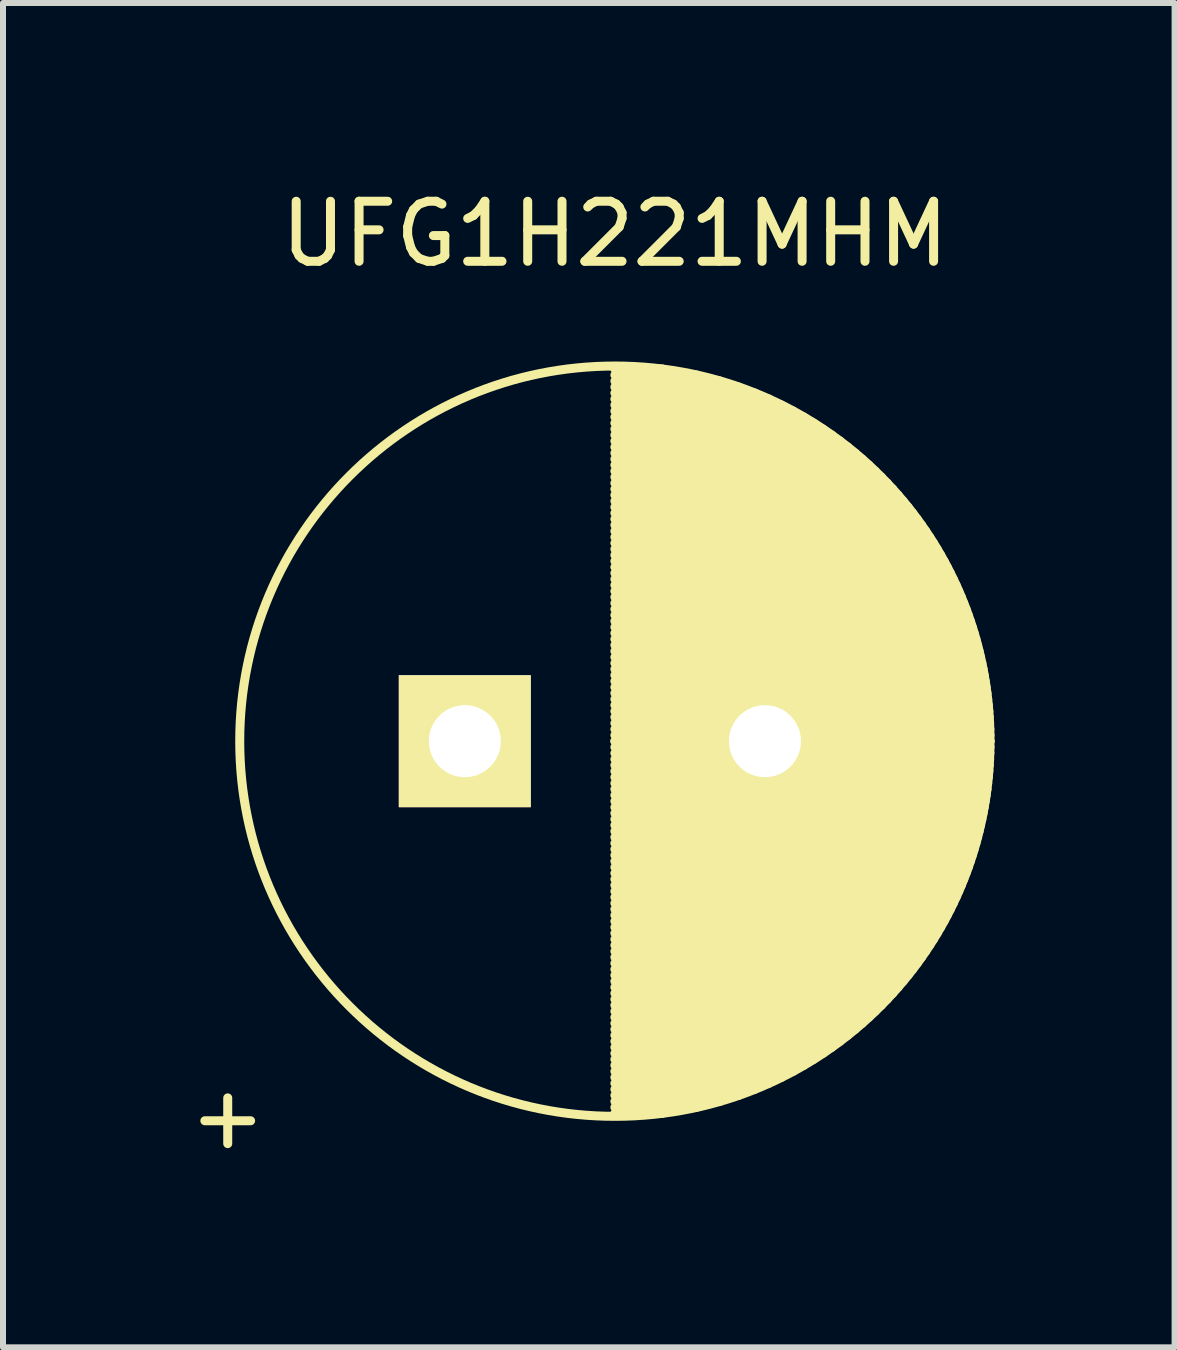
<source format=kicad_pcb>
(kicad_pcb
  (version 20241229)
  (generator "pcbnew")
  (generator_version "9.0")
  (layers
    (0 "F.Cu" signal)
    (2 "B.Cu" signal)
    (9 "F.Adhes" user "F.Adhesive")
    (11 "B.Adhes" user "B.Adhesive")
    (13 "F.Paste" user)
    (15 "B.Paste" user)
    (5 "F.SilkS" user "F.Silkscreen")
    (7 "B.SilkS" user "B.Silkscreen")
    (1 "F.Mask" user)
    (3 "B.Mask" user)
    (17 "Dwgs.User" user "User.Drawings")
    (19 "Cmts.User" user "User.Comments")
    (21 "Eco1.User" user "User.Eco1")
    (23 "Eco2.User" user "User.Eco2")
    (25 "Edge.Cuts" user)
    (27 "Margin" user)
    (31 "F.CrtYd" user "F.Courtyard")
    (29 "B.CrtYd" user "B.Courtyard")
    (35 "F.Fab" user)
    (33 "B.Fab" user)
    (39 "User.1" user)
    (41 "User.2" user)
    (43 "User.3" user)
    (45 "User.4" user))
  (footprint "UFG1H221MHM"
    (layer "F.Cu")
    (at 4.694 9.298)
    (property "Reference" "UFG1H221MHM" (at 2.5 -8.45 0) (layer "F.SilkS") (effects (font (size 1 1) (thickness 0.15))))
    (attr through_hole)
    (fp_line (start 2.5 -6.2) (end 3.289 -6.2) (stroke (width 0.15) (type solid)) (layer "F.SilkS"))
    (fp_line (start 2.5 -6.1) (end 3.861 -6.1) (stroke (width 0.15) (type solid)) (layer "F.SilkS"))
    (fp_line (start 2.5 -6) (end 4.25 -6) (stroke (width 0.15) (type solid)) (layer "F.SilkS"))
    (fp_line (start 2.5 -5.9) (end 4.562 -5.9) (stroke (width 0.15) (type solid)) (layer "F.SilkS"))
    (fp_line (start 2.5 -5.8) (end 4.829 -5.8) (stroke (width 0.15) (type solid)) (layer "F.SilkS"))
    (fp_line (start 2.5 -5.7) (end 5.064 -5.7) (stroke (width 0.15) (type solid)) (layer "F.SilkS"))
    (fp_line (start 2.5 -5.6) (end 5.275 -5.6) (stroke (width 0.15) (type solid)) (layer "F.SilkS"))
    (fp_line (start 2.5 -5.5) (end 5.469 -5.5) (stroke (width 0.15) (type solid)) (layer "F.SilkS"))
    (fp_line (start 2.5 -5.4) (end 5.647 -5.4) (stroke (width 0.15) (type solid)) (layer "F.SilkS"))
    (fp_line (start 2.5 -5.3) (end 5.812 -5.3) (stroke (width 0.15) (type solid)) (layer "F.SilkS"))
    (fp_line (start 2.5 -5.2) (end 5.967 -5.2) (stroke (width 0.15) (type solid)) (layer "F.SilkS"))
    (fp_line (start 2.5 -5.1) (end 6.113 -5.1) (stroke (width 0.15) (type solid)) (layer "F.SilkS"))
    (fp_line (start 2.5 -5) (end 6.25 -5) (stroke (width 0.15) (type solid)) (layer "F.SilkS"))
    (fp_line (start 2.5 -4.9) (end 6.38 -4.9) (stroke (width 0.15) (type solid)) (layer "F.SilkS"))
    (fp_line (start 2.5 -4.8) (end 6.503 -4.8) (stroke (width 0.15) (type solid)) (layer "F.SilkS"))
    (fp_line (start 2.5 -4.7) (end 6.62 -4.7) (stroke (width 0.15) (type solid)) (layer "F.SilkS"))
    (fp_line (start 2.5 -4.6) (end 6.731 -4.6) (stroke (width 0.15) (type solid)) (layer "F.SilkS"))
    (fp_line (start 2.5 -4.5) (end 6.837 -4.5) (stroke (width 0.15) (type solid)) (layer "F.SilkS"))
    (fp_line (start 2.5 -4.4) (end 6.939 -4.4) (stroke (width 0.15) (type solid)) (layer "F.SilkS"))
    (fp_line (start 2.5 -4.3) (end 7.036 -4.3) (stroke (width 0.15) (type solid)) (layer "F.SilkS"))
    (fp_line (start 2.5 -4.2) (end 7.128 -4.2) (stroke (width 0.15) (type solid)) (layer "F.SilkS"))
    (fp_line (start 2.5 -4.1) (end 7.217 -4.1) (stroke (width 0.15) (type solid)) (layer "F.SilkS"))
    (fp_line (start 2.5 -4) (end 7.302 -4) (stroke (width 0.15) (type solid)) (layer "F.SilkS"))
    (fp_line (start 2.5 -3.9) (end 7.384 -3.9) (stroke (width 0.15) (type solid)) (layer "F.SilkS"))
    (fp_line (start 2.5 -3.8) (end 7.462 -3.8) (stroke (width 0.15) (type solid)) (layer "F.SilkS"))
    (fp_line (start 2.5 -3.7) (end 7.537 -3.7) (stroke (width 0.15) (type solid)) (layer "F.SilkS"))
    (fp_line (start 2.5 -3.6) (end 7.609 -3.6) (stroke (width 0.15) (type solid)) (layer "F.SilkS"))
    (fp_line (start 2.5 -3.5) (end 7.678 -3.5) (stroke (width 0.15) (type solid)) (layer "F.SilkS"))
    (fp_line (start 2.5 -3.4) (end 7.744 -3.4) (stroke (width 0.15) (type solid)) (layer "F.SilkS"))
    (fp_line (start 2.5 -3.3) (end 7.808 -3.3) (stroke (width 0.15) (type solid)) (layer "F.SilkS"))
    (fp_line (start 2.5 -3.2) (end 7.869 -3.2) (stroke (width 0.15) (type solid)) (layer "F.SilkS"))
    (fp_line (start 2.5 -3.1) (end 7.927 -3.1) (stroke (width 0.15) (type solid)) (layer "F.SilkS"))
    (fp_line (start 2.5 -3) (end 7.983 -3) (stroke (width 0.15) (type solid)) (layer "F.SilkS"))
    (fp_line (start 2.5 -2.9) (end 8.036 -2.9) (stroke (width 0.15) (type solid)) (layer "F.SilkS"))
    (fp_line (start 2.5 -2.8) (end 8.088 -2.8) (stroke (width 0.15) (type solid)) (layer "F.SilkS"))
    (fp_line (start 2.5 -2.7) (end 8.137 -2.7) (stroke (width 0.15) (type solid)) (layer "F.SilkS"))
    (fp_line (start 2.5 -2.6) (end 8.184 -2.6) (stroke (width 0.15) (type solid)) (layer "F.SilkS"))
    (fp_line (start 2.5 -2.5) (end 8.228 -2.5) (stroke (width 0.15) (type solid)) (layer "F.SilkS"))
    (fp_line (start 2.5 -2.4) (end 8.271 -2.4) (stroke (width 0.15) (type solid)) (layer "F.SilkS"))
    (fp_line (start 2.5 -2.3) (end 8.311 -2.3) (stroke (width 0.15) (type solid)) (layer "F.SilkS"))
    (fp_line (start 2.5 -2.2) (end 8.35 -2.2) (stroke (width 0.15) (type solid)) (layer "F.SilkS"))
    (fp_line (start 2.5 -2.1) (end 8.387 -2.1) (stroke (width 0.15) (type solid)) (layer "F.SilkS"))
    (fp_line (start 2.5 -2) (end 8.421 -2) (stroke (width 0.15) (type solid)) (layer "F.SilkS"))
    (fp_line (start 2.5 -1.9) (end 8.454 -1.9) (stroke (width 0.15) (type solid)) (layer "F.SilkS"))
    (fp_line (start 2.5 -1.8) (end 8.485 -1.8) (stroke (width 0.15) (type solid)) (layer "F.SilkS"))
    (fp_line (start 2.5 -1.7) (end 8.514 -1.7) (stroke (width 0.15) (type solid)) (layer "F.SilkS"))
    (fp_line (start 2.5 -1.6) (end 8.542 -1.6) (stroke (width 0.15) (type solid)) (layer "F.SilkS"))
    (fp_line (start 2.5 -1.5) (end 8.567 -1.5) (stroke (width 0.15) (type solid)) (layer "F.SilkS"))
    (fp_line (start 2.5 -1.4) (end 8.591 -1.4) (stroke (width 0.15) (type solid)) (layer "F.SilkS"))
    (fp_line (start 2.5 -1.3) (end 8.613 -1.3) (stroke (width 0.15) (type solid)) (layer "F.SilkS"))
    (fp_line (start 2.5 -1.2) (end 8.634 -1.2) (stroke (width 0.15) (type solid)) (layer "F.SilkS"))
    (fp_line (start 2.5 -1.1) (end 8.652 -1.1) (stroke (width 0.15) (type solid)) (layer "F.SilkS"))
    (fp_line (start 2.5 -1) (end 8.669 -1) (stroke (width 0.15) (type solid)) (layer "F.SilkS"))
    (fp_line (start 2.5 -0.9) (end 8.685 -0.9) (stroke (width 0.15) (type solid)) (layer "F.SilkS"))
    (fp_line (start 2.5 -0.8) (end 8.699 -0.8) (stroke (width 0.15) (type solid)) (layer "F.SilkS"))
    (fp_line (start 2.5 -0.7) (end 8.711 -0.7) (stroke (width 0.15) (type solid)) (layer "F.SilkS"))
    (fp_line (start 2.5 -0.6) (end 8.721 -0.6) (stroke (width 0.15) (type solid)) (layer "F.SilkS"))
    (fp_line (start 2.5 -0.5) (end 8.73 -0.5) (stroke (width 0.15) (type solid)) (layer "F.SilkS"))
    (fp_line (start 2.5 -0.4) (end 8.737 -0.4) (stroke (width 0.15) (type solid)) (layer "F.SilkS"))
    (fp_line (start 2.5 -0.3) (end 8.743 -0.3) (stroke (width 0.15) (type solid)) (layer "F.SilkS"))
    (fp_line (start 2.5 -0.2) (end 8.747 -0.2) (stroke (width 0.15) (type solid)) (layer "F.SilkS"))
    (fp_line (start 2.5 -0.1) (end 8.749 -0.1) (stroke (width 0.15) (type solid)) (layer "F.SilkS"))
    (fp_line (start 2.5 0) (end 8.75 0) (stroke (width 0.15) (type solid)) (layer "F.SilkS"))
    (fp_line (start 2.5 0) (end 8.75 0) (stroke (width 0.15) (type solid)) (layer "F.SilkS"))
    (fp_line (start 2.5 0.1) (end 8.749 0.1) (stroke (width 0.15) (type solid)) (layer "F.SilkS"))
    (fp_line (start 2.5 0.2) (end 8.747 0.2) (stroke (width 0.15) (type solid)) (layer "F.SilkS"))
    (fp_line (start 2.5 0.3) (end 8.743 0.3) (stroke (width 0.15) (type solid)) (layer "F.SilkS"))
    (fp_line (start 2.5 0.4) (end 8.737 0.4) (stroke (width 0.15) (type solid)) (layer "F.SilkS"))
    (fp_line (start 2.5 0.5) (end 8.73 0.5) (stroke (width 0.15) (type solid)) (layer "F.SilkS"))
    (fp_line (start 2.5 0.6) (end 8.721 0.6) (stroke (width 0.15) (type solid)) (layer "F.SilkS"))
    (fp_line (start 2.5 0.7) (end 8.711 0.7) (stroke (width 0.15) (type solid)) (layer "F.SilkS"))
    (fp_line (start 2.5 0.8) (end 8.699 0.8) (stroke (width 0.15) (type solid)) (layer "F.SilkS"))
    (fp_line (start 2.5 0.9) (end 8.685 0.9) (stroke (width 0.15) (type solid)) (layer "F.SilkS"))
    (fp_line (start 2.5 1) (end 8.669 1) (stroke (width 0.15) (type solid)) (layer "F.SilkS"))
    (fp_line (start 2.5 1.1) (end 8.652 1.1) (stroke (width 0.15) (type solid)) (layer "F.SilkS"))
    (fp_line (start 2.5 1.2) (end 8.634 1.2) (stroke (width 0.15) (type solid)) (layer "F.SilkS"))
    (fp_line (start 2.5 1.3) (end 8.613 1.3) (stroke (width 0.15) (type solid)) (layer "F.SilkS"))
    (fp_line (start 2.5 1.4) (end 8.591 1.4) (stroke (width 0.15) (type solid)) (layer "F.SilkS"))
    (fp_line (start 2.5 1.5) (end 8.567 1.5) (stroke (width 0.15) (type solid)) (layer "F.SilkS"))
    (fp_line (start 2.5 1.6) (end 8.542 1.6) (stroke (width 0.15) (type solid)) (layer "F.SilkS"))
    (fp_line (start 2.5 1.7) (end 8.514 1.7) (stroke (width 0.15) (type solid)) (layer "F.SilkS"))
    (fp_line (start 2.5 1.8) (end 8.485 1.8) (stroke (width 0.15) (type solid)) (layer "F.SilkS"))
    (fp_line (start 2.5 1.9) (end 8.454 1.9) (stroke (width 0.15) (type solid)) (layer "F.SilkS"))
    (fp_line (start 2.5 2) (end 8.421 2) (stroke (width 0.15) (type solid)) (layer "F.SilkS"))
    (fp_line (start 2.5 2.1) (end 8.387 2.1) (stroke (width 0.15) (type solid)) (layer "F.SilkS"))
    (fp_line (start 2.5 2.2) (end 8.35 2.2) (stroke (width 0.15) (type solid)) (layer "F.SilkS"))
    (fp_line (start 2.5 2.3) (end 8.311 2.3) (stroke (width 0.15) (type solid)) (layer "F.SilkS"))
    (fp_line (start 2.5 2.4) (end 8.271 2.4) (stroke (width 0.15) (type solid)) (layer "F.SilkS"))
    (fp_line (start 2.5 2.5) (end 8.228 2.5) (stroke (width 0.15) (type solid)) (layer "F.SilkS"))
    (fp_line (start 2.5 2.6) (end 8.184 2.6) (stroke (width 0.15) (type solid)) (layer "F.SilkS"))
    (fp_line (start 2.5 2.7) (end 8.137 2.7) (stroke (width 0.15) (type solid)) (layer "F.SilkS"))
    (fp_line (start 2.5 2.8) (end 8.088 2.8) (stroke (width 0.15) (type solid)) (layer "F.SilkS"))
    (fp_line (start 2.5 2.9) (end 8.036 2.9) (stroke (width 0.15) (type solid)) (layer "F.SilkS"))
    (fp_line (start 2.5 3) (end 7.983 3) (stroke (width 0.15) (type solid)) (layer "F.SilkS"))
    (fp_line (start 2.5 3.1) (end 7.927 3.1) (stroke (width 0.15) (type solid)) (layer "F.SilkS"))
    (fp_line (start 2.5 3.2) (end 7.869 3.2) (stroke (width 0.15) (type solid)) (layer "F.SilkS"))
    (fp_line (start 2.5 3.3) (end 7.808 3.3) (stroke (width 0.15) (type solid)) (layer "F.SilkS"))
    (fp_line (start 2.5 3.4) (end 7.744 3.4) (stroke (width 0.15) (type solid)) (layer "F.SilkS"))
    (fp_line (start 2.5 3.5) (end 7.678 3.5) (stroke (width 0.15) (type solid)) (layer "F.SilkS"))
    (fp_line (start 2.5 3.6) (end 7.609 3.6) (stroke (width 0.15) (type solid)) (layer "F.SilkS"))
    (fp_line (start 2.5 3.7) (end 7.537 3.7) (stroke (width 0.15) (type solid)) (layer "F.SilkS"))
    (fp_line (start 2.5 3.8) (end 7.462 3.8) (stroke (width 0.15) (type solid)) (layer "F.SilkS"))
    (fp_line (start 2.5 3.9) (end 7.384 3.9) (stroke (width 0.15) (type solid)) (layer "F.SilkS"))
    (fp_line (start 2.5 4) (end 7.302 4) (stroke (width 0.15) (type solid)) (layer "F.SilkS"))
    (fp_line (start 2.5 4.1) (end 7.217 4.1) (stroke (width 0.15) (type solid)) (layer "F.SilkS"))
    (fp_line (start 2.5 4.2) (end 7.128 4.2) (stroke (width 0.15) (type solid)) (layer "F.SilkS"))
    (fp_line (start 2.5 4.3) (end 7.036 4.3) (stroke (width 0.15) (type solid)) (layer "F.SilkS"))
    (fp_line (start 2.5 4.4) (end 6.939 4.4) (stroke (width 0.15) (type solid)) (layer "F.SilkS"))
    (fp_line (start 2.5 4.5) (end 6.837 4.5) (stroke (width 0.15) (type solid)) (layer "F.SilkS"))
    (fp_line (start 2.5 4.6) (end 6.731 4.6) (stroke (width 0.15) (type solid)) (layer "F.SilkS"))
    (fp_line (start 2.5 4.7) (end 6.62 4.7) (stroke (width 0.15) (type solid)) (layer "F.SilkS"))
    (fp_line (start 2.5 4.8) (end 6.503 4.8) (stroke (width 0.15) (type solid)) (layer "F.SilkS"))
    (fp_line (start 2.5 4.9) (end 6.38 4.9) (stroke (width 0.15) (type solid)) (layer "F.SilkS"))
    (fp_line (start 2.5 5) (end 6.25 5) (stroke (width 0.15) (type solid)) (layer "F.SilkS"))
    (fp_line (start 2.5 5.1) (end 6.113 5.1) (stroke (width 0.15) (type solid)) (layer "F.SilkS"))
    (fp_line (start 2.5 5.2) (end 5.967 5.2) (stroke (width 0.15) (type solid)) (layer "F.SilkS"))
    (fp_line (start 2.5 5.3) (end 5.812 5.3) (stroke (width 0.15) (type solid)) (layer "F.SilkS"))
    (fp_line (start 2.5 5.4) (end 5.647 5.4) (stroke (width 0.15) (type solid)) (layer "F.SilkS"))
    (fp_line (start 2.5 5.5) (end 5.469 5.5) (stroke (width 0.15) (type solid)) (layer "F.SilkS"))
    (fp_line (start 2.5 5.6) (end 5.275 5.6) (stroke (width 0.15) (type solid)) (layer "F.SilkS"))
    (fp_line (start 2.5 5.7) (end 5.064 5.7) (stroke (width 0.15) (type solid)) (layer "F.SilkS"))
    (fp_line (start 2.5 5.8) (end 4.829 5.8) (stroke (width 0.15) (type solid)) (layer "F.SilkS"))
    (fp_line (start 2.5 5.9) (end 4.562 5.9) (stroke (width 0.15) (type solid)) (layer "F.SilkS"))
    (fp_line (start 2.5 6) (end 4.25 6) (stroke (width 0.15) (type solid)) (layer "F.SilkS"))
    (fp_line (start 2.5 6.1) (end 3.861 6.1) (stroke (width 0.15) (type solid)) (layer "F.SilkS"))
    (fp_line (start 2.5 6.2) (end 3.289 6.2) (stroke (width 0.15) (type solid)) (layer "F.SilkS"))
    (fp_circle (center 2.5 0) (end 2.5 -6.25) (stroke (width 0.15) (type solid)) (fill no) (layer "F.SilkS"))
    (fp_text user "+" (at -3.95 6.25 0) (layer "F.SilkS") (effects (font (size 1 1) (thickness 0.15))))
    (pad "1" thru_hole rect (at 0 0) (size 2.2 2.2) (drill 1.2) (layers "*.Cu" "*.Mask" "F.SilkS"))
    (pad "2" thru_hole circle (at 5 0) (size 2.2 2.2) (drill 1.2) (layers "*.Cu" "*.Mask" "F.SilkS")))
  (gr_rect
    (start -3 -3)
    (end 16.519 19.396)
    (stroke (width 0.1) (type default))
    (fill no)
    (layer "Edge.Cuts")))
</source>
